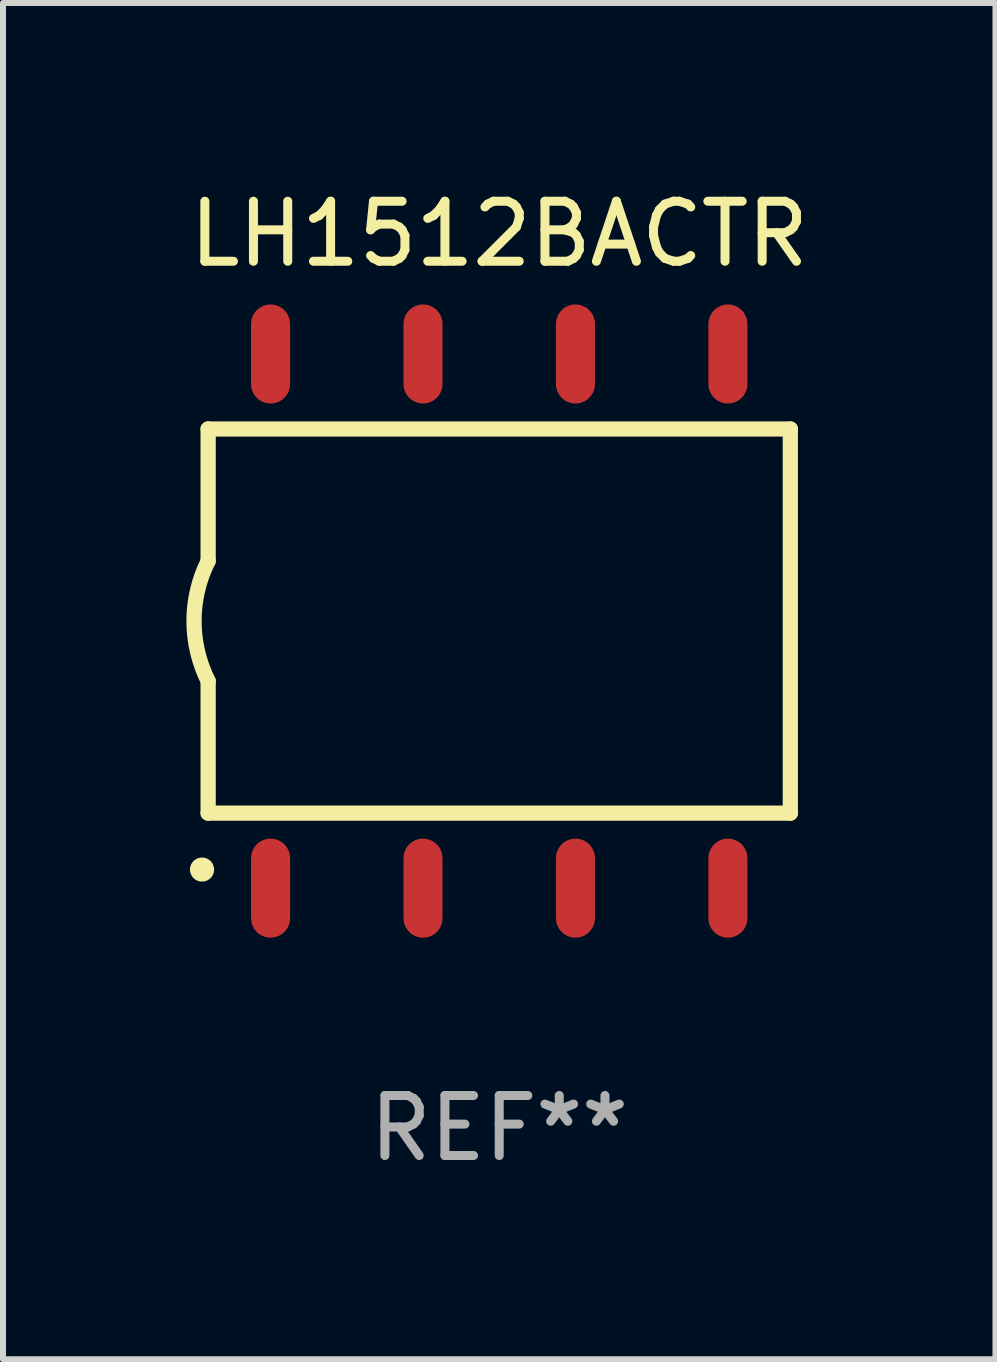
<source format=kicad_pcb>
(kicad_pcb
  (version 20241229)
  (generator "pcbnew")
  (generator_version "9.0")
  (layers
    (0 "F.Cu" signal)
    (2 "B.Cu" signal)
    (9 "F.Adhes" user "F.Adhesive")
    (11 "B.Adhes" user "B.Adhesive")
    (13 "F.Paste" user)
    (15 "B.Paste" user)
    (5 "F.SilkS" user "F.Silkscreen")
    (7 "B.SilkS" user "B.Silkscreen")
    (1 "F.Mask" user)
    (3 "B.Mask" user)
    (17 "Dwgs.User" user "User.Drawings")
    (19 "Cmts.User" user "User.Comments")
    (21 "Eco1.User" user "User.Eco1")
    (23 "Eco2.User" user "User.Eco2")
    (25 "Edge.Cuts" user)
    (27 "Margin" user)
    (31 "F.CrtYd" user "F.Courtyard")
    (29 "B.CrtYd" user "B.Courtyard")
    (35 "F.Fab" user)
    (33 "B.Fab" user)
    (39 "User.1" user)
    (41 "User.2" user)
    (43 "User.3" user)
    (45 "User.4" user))
  (footprint "LH1512BACTR"
    (layer "F.Cu")
    (at 5.268 7.298)
    (property "Reference" "LH1512BACTR" (at 0 -6.45 0) (layer "F.SilkS") (effects (font (size 1 1) (thickness 0.15))))
    (attr through_hole)
    (fp_line (start -4.85 -3.2) (end -4.85 -1) (stroke (width 0.254) (type solid)) (layer "F.SilkS"))
    (fp_line (start -4.85 -3.2) (end 4.85 -3.2) (stroke (width 0.254) (type solid)) (layer "F.SilkS"))
    (fp_line (start -4.85 3.2) (end -4.85 1) (stroke (width 0.254) (type solid)) (layer "F.SilkS"))
    (fp_line (start 4.85 -3.2) (end 4.85 3.2) (stroke (width 0.254) (type solid)) (layer "F.SilkS"))
    (fp_line (start 4.85 3.2) (end -4.85 3.2) (stroke (width 0.254) (type solid)) (layer "F.SilkS"))
    (fp_arc (start -4.95301 4.140208) (mid -4.95174 4.140204) (end -4.95047 4.140208) (stroke (width 0.4) (type solid)) (layer "F.SilkS"))
    (fp_arc (start -4.84887 1.000762) (mid -5.085418 0.000516) (end -4.850013 -1) (stroke (width 0.254001) (type solid)) (layer "F.SilkS"))
    (fp_text user "REF**" (at 0 8.45 0) (layer "F.Fab") (effects (font (size 1 1) (thickness 0.15))))
    (pad "1" smd oval (at -3.81 4.45) (size 0.65 1.65) (layers "F.Cu" "F.Mask" "F.Paste"))
    (pad "2" smd oval (at -1.27 4.45) (size 0.65 1.65) (layers "F.Cu" "F.Mask" "F.Paste"))
    (pad "3" smd oval (at 1.27 4.45) (size 0.65 1.65) (layers "F.Cu" "F.Mask" "F.Paste"))
    (pad "4" smd oval (at 3.81 4.45) (size 0.65 1.65) (layers "F.Cu" "F.Mask" "F.Paste"))
    (pad "5" smd oval (at 3.81 -4.45 180) (size 0.65 1.65) (layers "F.Cu" "F.Mask" "F.Paste"))
    (pad "6" smd oval (at 1.27 -4.45 180) (size 0.65 1.65) (layers "F.Cu" "F.Mask" "F.Paste"))
    (pad "7" smd oval (at -1.27 -4.45 180) (size 0.65 1.65) (layers "F.Cu" "F.Mask" "F.Paste"))
    (pad "8" smd oval (at -3.81 -4.45 180) (size 0.65 1.65) (layers "F.Cu" "F.Mask" "F.Paste")))
  (gr_rect
    (start -3 -3)
    (end 13.536 19.597)
    (stroke (width 0.1) (type default))
    (fill no)
    (layer "Edge.Cuts")))
</source>
